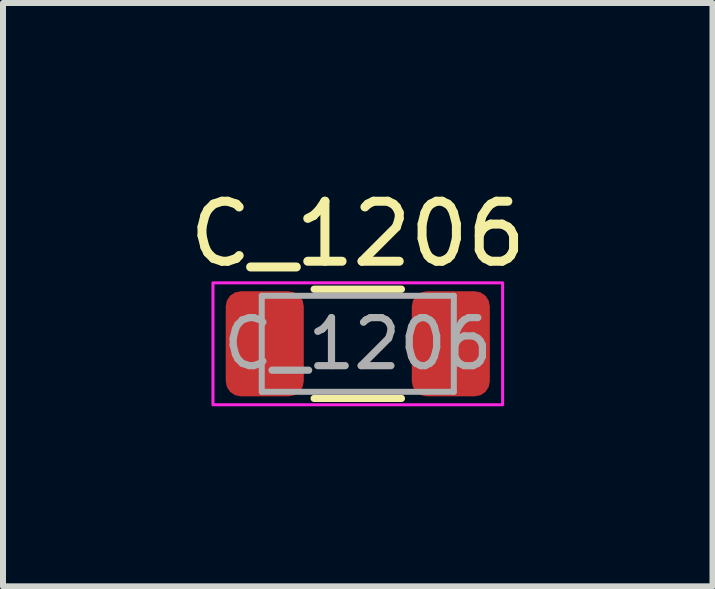
<source format=kicad_pcb>
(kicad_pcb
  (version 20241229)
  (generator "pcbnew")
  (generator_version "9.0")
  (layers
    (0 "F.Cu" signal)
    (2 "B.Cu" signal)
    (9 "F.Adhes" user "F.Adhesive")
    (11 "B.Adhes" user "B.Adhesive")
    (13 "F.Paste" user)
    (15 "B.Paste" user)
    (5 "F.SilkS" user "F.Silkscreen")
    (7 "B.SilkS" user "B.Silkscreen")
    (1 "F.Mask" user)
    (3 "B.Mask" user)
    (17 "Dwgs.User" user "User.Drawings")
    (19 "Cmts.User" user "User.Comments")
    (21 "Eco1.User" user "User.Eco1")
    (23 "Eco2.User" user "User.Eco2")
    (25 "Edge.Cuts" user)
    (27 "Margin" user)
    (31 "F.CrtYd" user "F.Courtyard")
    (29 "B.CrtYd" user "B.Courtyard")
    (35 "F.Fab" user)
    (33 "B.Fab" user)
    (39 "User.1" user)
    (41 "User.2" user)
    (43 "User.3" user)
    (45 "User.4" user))
  (footprint "C_1206"
    (layer "F.Cu")
    (at 2.911 2.678)
    (property "Reference" "C_1206" (at 0 -1.83 0) (layer "F.SilkS") (effects (font (size 1 1) (thickness 0.15))))
    (attr smd)
    (fp_line (start -0.727 -0.91) (end 0.727 -0.91) (stroke (width 0.12) (type solid)) (layer "F.SilkS"))
    (fp_line (start -0.727 0.91) (end 0.727 0.91) (stroke (width 0.12) (type solid)) (layer "F.SilkS"))
    (fp_rect (start -2.413 -1.016) (end 2.413 1.016) (stroke (width 0.05) (type default)) (fill no) (layer "F.CrtYd"))
    (fp_line (start -1.6 -0.8) (end 1.6 -0.8) (stroke (width 0.1) (type solid)) (layer "F.Fab"))
    (fp_line (start -1.6 0.8) (end -1.6 -0.8) (stroke (width 0.1) (type solid)) (layer "F.Fab"))
    (fp_line (start 1.6 -0.8) (end 1.6 0.8) (stroke (width 0.1) (type solid)) (layer "F.Fab"))
    (fp_line (start 1.6 0.8) (end -1.6 0.8) (stroke (width 0.1) (type solid)) (layer "F.Fab"))
    (fp_text user "${REFERENCE}" (at 0 0 0) (layer "F.Fab") (effects (font (size 0.8 0.8) (thickness 0.12))))
    (pad "1" smd roundrect (at -1.55 0) (size 1.3 1.75) (layers "F.Cu" "F.Mask" "F.Paste") (roundrect_rratio 0.192))
    (pad "2" smd roundrect (at 1.55 0) (size 1.3 1.75) (layers "F.Cu" "F.Mask" "F.Paste") (roundrect_rratio 0.192)))
  (gr_rect
    (start -3 -3)
    (end 8.821 6.719)
    (stroke (width 0.1) (type default))
    (fill no)
    (layer "Edge.Cuts")))
</source>
